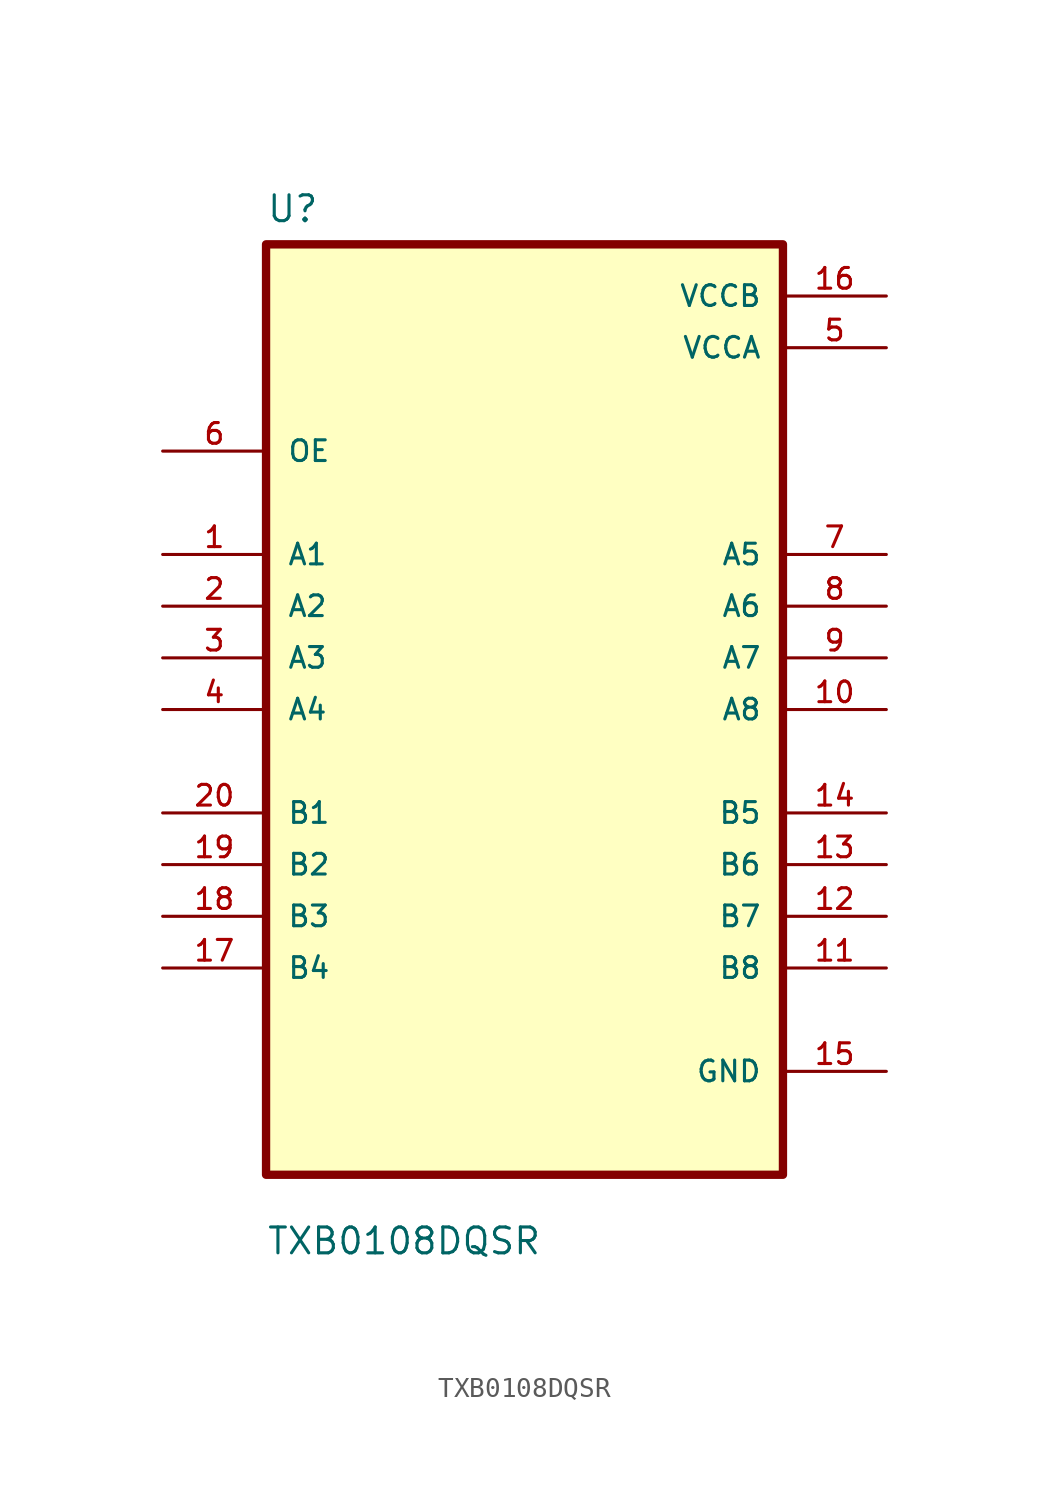
<source format=kicad_sym>
(kicad_symbol_lib
  (version 20211014)
  (generator kicad_symbol_editor)
  (symbol "TXB0108DQSR"
    (pin_names
      (offset 1.016))
    (property "Reference" "U"
      (at -12.7 23.86 0.0)
      (effects (font (size 1.27 1.27)) (justify bottom left)))
    (property "Value" "TXB0108DQSR"
      (at -12.7 -26.86 0.0)
      (effects (font (size 1.27 1.27)) (justify bottom left)))
    (symbol "TXB0108DQSR_0_0"
      (rectangle (start -12.7 -22.86) (end 12.7 22.86) (stroke (width 0.41)) (fill (type background)))
      (pin input line (at -17.78 12.7 0) (length 5.08) (name "OE" (effects (font (size 1.016 1.016)))) (number "6" (effects (font (size 1.016 1.016)))))
      (pin bidirectional line (at -17.78 7.62 0) (length 5.08) (name "A1" (effects (font (size 1.016 1.016)))) (number "1" (effects (font (size 1.016 1.016)))))
      (pin bidirectional line (at -17.78 5.08 0) (length 5.08) (name "A2" (effects (font (size 1.016 1.016)))) (number "2" (effects (font (size 1.016 1.016)))))
      (pin bidirectional line (at -17.78 2.54 0) (length 5.08) (name "A3" (effects (font (size 1.016 1.016)))) (number "3" (effects (font (size 1.016 1.016)))))
      (pin bidirectional line (at -17.78 0.0 0) (length 5.08) (name "A4" (effects (font (size 1.016 1.016)))) (number "4" (effects (font (size 1.016 1.016)))))
      (pin bidirectional line (at -17.78 -5.08 0) (length 5.08) (name "B1" (effects (font (size 1.016 1.016)))) (number "20" (effects (font (size 1.016 1.016)))))
      (pin bidirectional line (at -17.78 -7.62 0) (length 5.08) (name "B2" (effects (font (size 1.016 1.016)))) (number "19" (effects (font (size 1.016 1.016)))))
      (pin bidirectional line (at -17.78 -10.16 0) (length 5.08) (name "B3" (effects (font (size 1.016 1.016)))) (number "18" (effects (font (size 1.016 1.016)))))
      (pin bidirectional line (at -17.78 -12.7 0) (length 5.08) (name "B4" (effects (font (size 1.016 1.016)))) (number "17" (effects (font (size 1.016 1.016)))))
      (pin power_in line (at 17.78 20.32 180.0) (length 5.08) (name "VCCB" (effects (font (size 1.016 1.016)))) (number "16" (effects (font (size 1.016 1.016)))))
      (pin power_in line (at 17.78 17.78 180.0) (length 5.08) (name "VCCA" (effects (font (size 1.016 1.016)))) (number "5" (effects (font (size 1.016 1.016)))))
      (pin bidirectional line (at 17.78 7.62 180.0) (length 5.08) (name "A5" (effects (font (size 1.016 1.016)))) (number "7" (effects (font (size 1.016 1.016)))))
      (pin bidirectional line (at 17.78 5.08 180.0) (length 5.08) (name "A6" (effects (font (size 1.016 1.016)))) (number "8" (effects (font (size 1.016 1.016)))))
      (pin bidirectional line (at 17.78 2.54 180.0) (length 5.08) (name "A7" (effects (font (size 1.016 1.016)))) (number "9" (effects (font (size 1.016 1.016)))))
      (pin bidirectional line (at 17.78 8.88178e-16 180.0) (length 5.08) (name "A8" (effects (font (size 1.016 1.016)))) (number "10" (effects (font (size 1.016 1.016)))))
      (pin bidirectional line (at 17.78 -5.08 180.0) (length 5.08) (name "B5" (effects (font (size 1.016 1.016)))) (number "14" (effects (font (size 1.016 1.016)))))
      (pin bidirectional line (at 17.78 -7.62 180.0) (length 5.08) (name "B6" (effects (font (size 1.016 1.016)))) (number "13" (effects (font (size 1.016 1.016)))))
      (pin bidirectional line (at 17.78 -10.16 180.0) (length 5.08) (name "B7" (effects (font (size 1.016 1.016)))) (number "12" (effects (font (size 1.016 1.016)))))
      (pin bidirectional line (at 17.78 -12.7 180.0) (length 5.08) (name "B8" (effects (font (size 1.016 1.016)))) (number "11" (effects (font (size 1.016 1.016)))))
      (pin power_in line (at 17.78 -17.78 180.0) (length 5.08) (name "GND" (effects (font (size 1.016 1.016)))) (number "15" (effects (font (size 1.016 1.016))))))))
</source>
